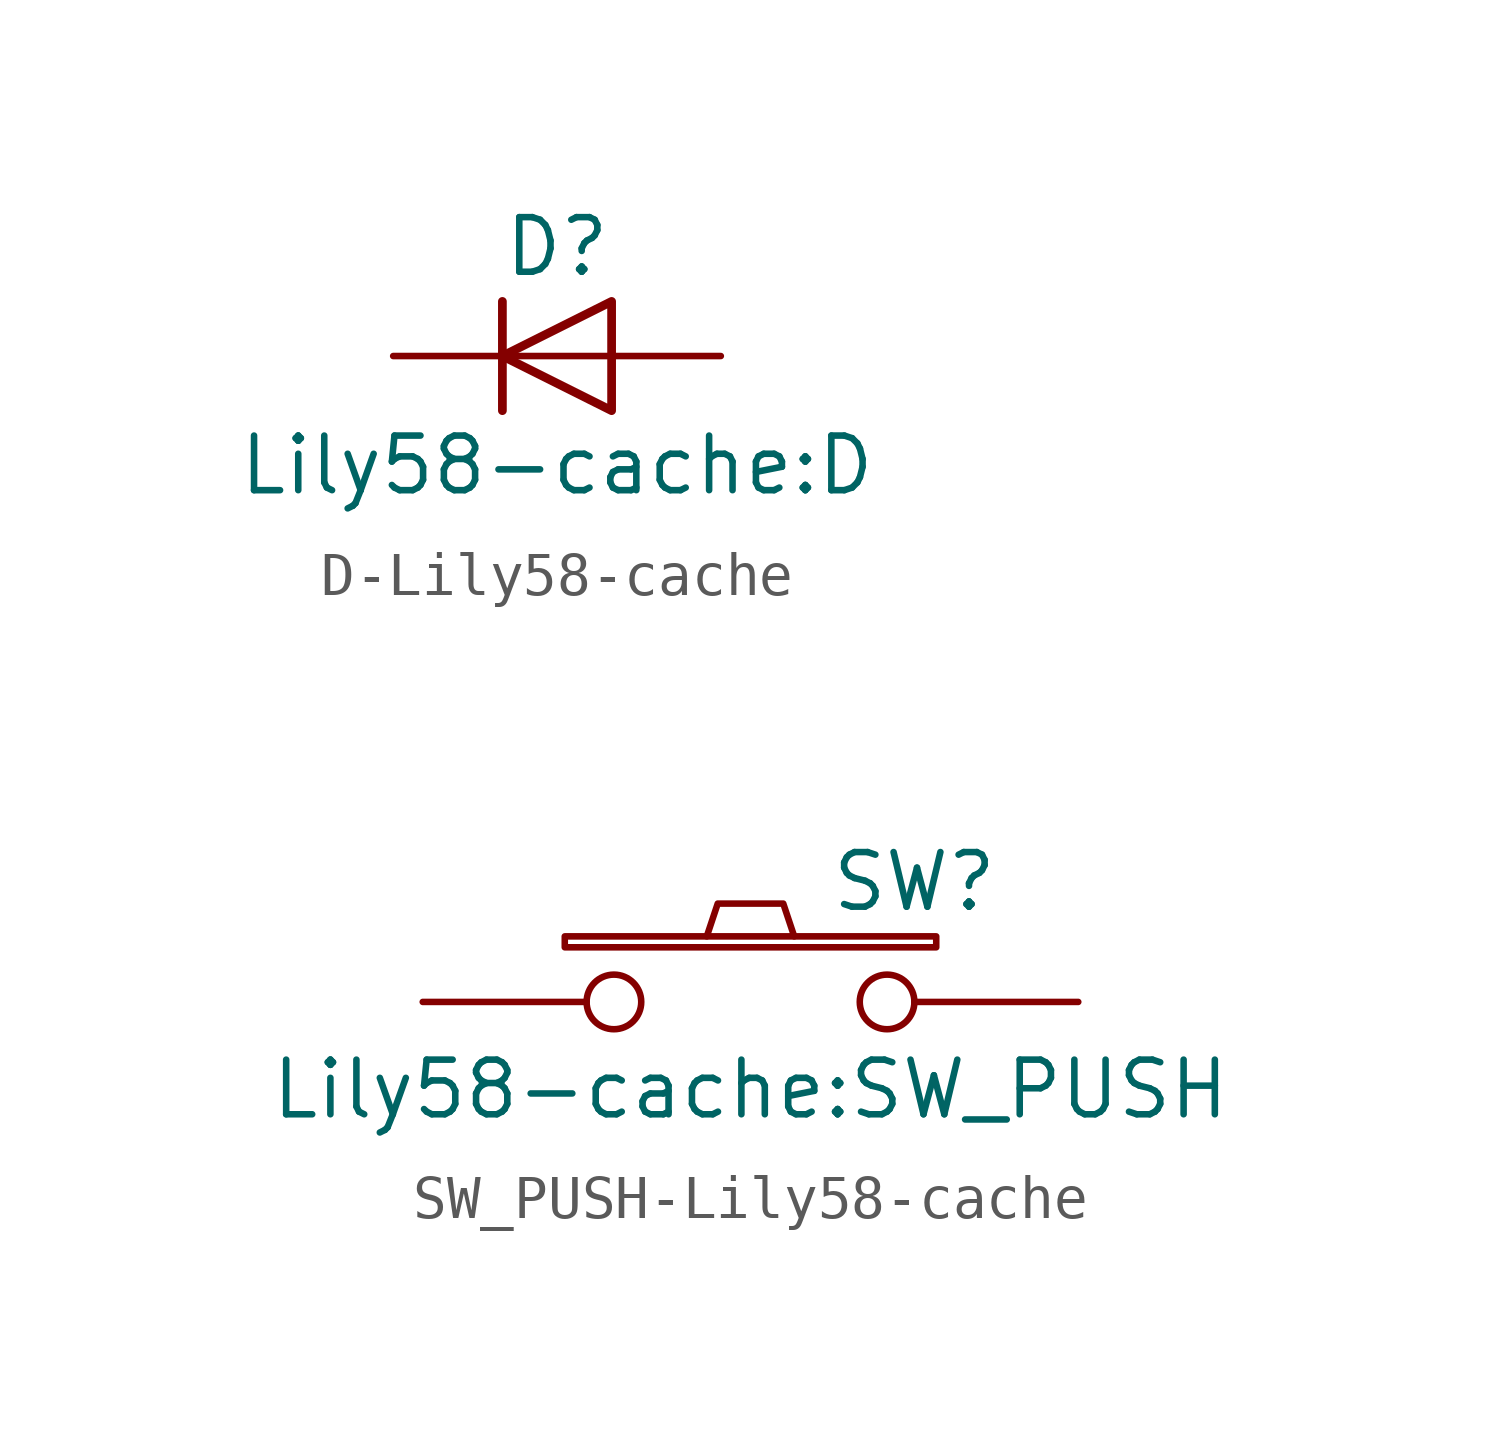
<source format=kicad_sym>
(kicad_symbol_lib
  (version 20220914)
  (generator kicad_symbol_editor)
  (symbol "D-Lily58-cache"
    (pin_numbers hide)
    (pin_names
      (offset 1.016) hide)
    (property "Reference" "D"
      (at 0 2.54 0)
      (effects (font (size 1.27 1.27))))
    (property "Value" "Lily58-cache:D"
      (at 0 -2.54 0)
      (effects (font (size 1.27 1.27))))
    (symbol "D-Lily58-cache_0_1"
      (polyline (pts (xy -1.27 1.27) (xy -1.27 -1.27)) (stroke (width 0.203) (type solid)) (fill (type none)))
      (polyline (pts (xy 1.27 0) (xy -1.27 0)) (stroke (width 0) (type solid)) (fill (type none)))
      (polyline (pts (xy 1.27 1.27) (xy 1.27 -1.27) (xy -1.27 0) (xy 1.27 1.27)) (stroke (width 0.203) (type solid)) (fill (type none))))
    (symbol "D-Lily58-cache_1_1"
      (pin passive line (at -3.81 0 0) (length 2.54) (name "K" (effects (font (size 1.27 1.27)))) (number "1" (effects (font (size 1.27 1.27)))))
      (pin passive line (at 3.81 0 180) (length 2.54) (name "A" (effects (font (size 1.27 1.27)))) (number "2" (effects (font (size 1.27 1.27)))))))
  (symbol "SW_PUSH-Lily58-cache"
    (pin_numbers hide)
    (pin_names
      (offset 1.016) hide)
    (property "Reference" "SW"
      (at 3.81 2.794 0)
      (effects (font (size 1.27 1.27))))
    (property "Value" "Lily58-cache:SW_PUSH"
      (at 0 -2.032 0)
      (effects (font (size 1.27 1.27))))
    (property "Footprint" ""
      (at 0 0 0)
      (effects (font (size 1.27 1.27))))
    (property "Datasheet" ""
      (at 0 0 0)
      (effects (font (size 1.27 1.27))))
    (symbol "SW_PUSH-Lily58-cache_0_1"
      (rectangle (start -4.318 1.27) (end 4.318 1.524) (stroke (width 0) (type solid)) (fill (type none)))
      (polyline (pts (xy -1.016 1.524) (xy -0.762 2.286) (xy 0.762 2.286) (xy 1.016 1.524)) (stroke (width 0) (type solid)) (fill (type none)))
      (pin passive inverted (at -7.62 0 0) (length 5.08) (name "1" (effects (font (size 1.27 1.27)))) (number "1" (effects (font (size 1.27 1.27)))))
      (pin passive inverted (at 7.62 0 180) (length 5.08) (name "2" (effects (font (size 1.27 1.27)))) (number "2" (effects (font (size 1.27 1.27))))))))
</source>
